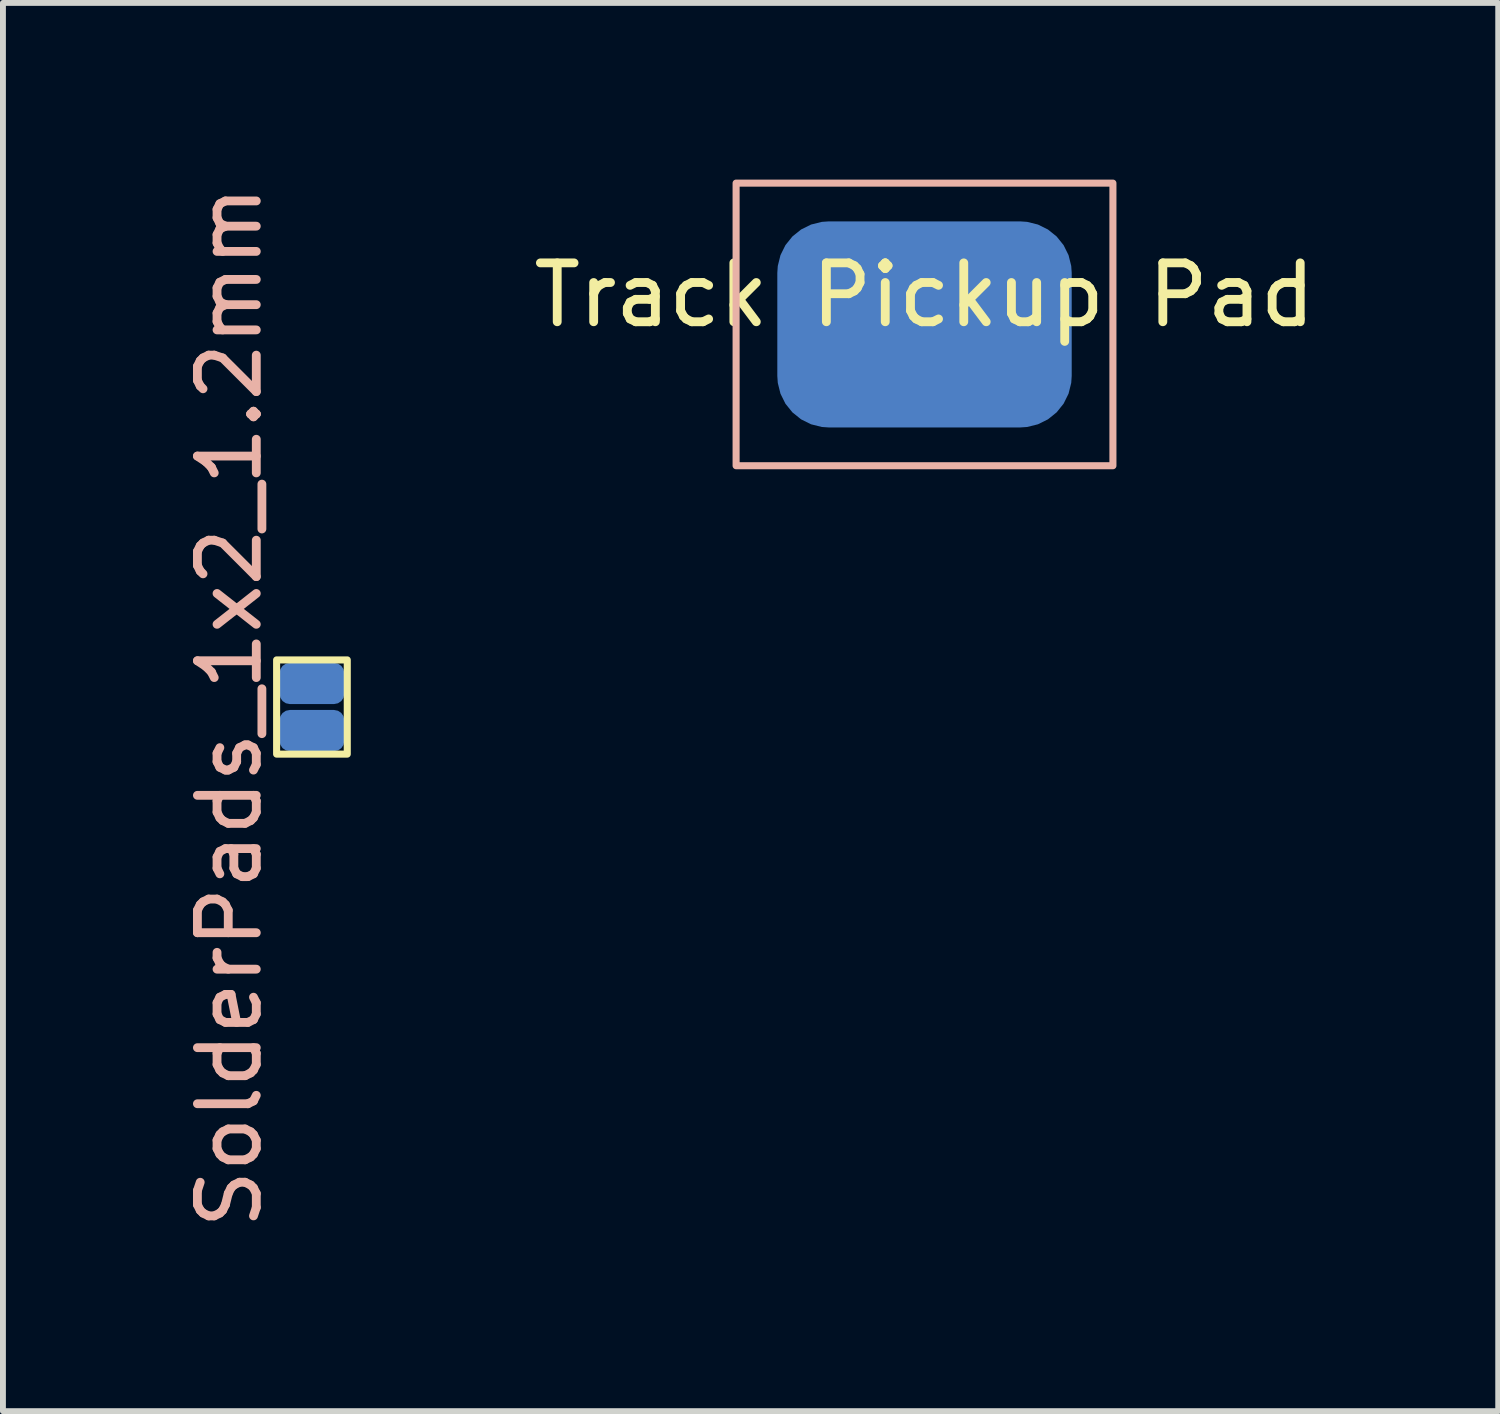
<source format=kicad_pcb>
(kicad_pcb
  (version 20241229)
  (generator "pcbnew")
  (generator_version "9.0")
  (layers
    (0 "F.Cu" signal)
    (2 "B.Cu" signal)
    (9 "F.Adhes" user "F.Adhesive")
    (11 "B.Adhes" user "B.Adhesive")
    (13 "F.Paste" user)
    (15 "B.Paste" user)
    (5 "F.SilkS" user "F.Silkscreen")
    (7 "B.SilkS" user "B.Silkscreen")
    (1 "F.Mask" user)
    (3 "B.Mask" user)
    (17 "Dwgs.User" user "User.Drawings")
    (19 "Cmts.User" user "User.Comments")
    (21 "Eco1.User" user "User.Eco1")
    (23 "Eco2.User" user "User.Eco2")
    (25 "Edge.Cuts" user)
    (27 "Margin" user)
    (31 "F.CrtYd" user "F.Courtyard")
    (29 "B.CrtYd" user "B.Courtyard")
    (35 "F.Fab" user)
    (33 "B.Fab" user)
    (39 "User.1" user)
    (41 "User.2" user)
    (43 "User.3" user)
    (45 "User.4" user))
  (footprint "SolderPads_1x2_1.2mm"
    (layer "F.Cu")
    (at 2.248 8.958)
    (property "Reference" "SolderPads_1x2_1.2mm" (at -1.4 0 90) (unlocked yes) (layer "B.SilkS") (effects (font (size 1 1) (thickness 0.15))))
    (attr smd)
    (fp_rect (start -0.6 -0.8) (end 0.6 0.8) (stroke (width 0.12) (type solid)) (fill no) (layer "F.SilkS"))
    (pad "1" smd roundrect (at 0 -0.4) (size 1.1 0.7) (layers "B.Cu" "B.Mask" "B.Paste") (roundrect_rratio 0.25))
    (pad "2" smd roundrect (at 0 0.4) (size 1.1 0.7) (layers "B.Cu" "B.Mask" "B.Paste") (roundrect_rratio 0.25)))
  (footprint "Track Pickup Pad"
    (layer "F.Cu")
    (at 12.652 2.46)
    (property "Reference" "Track Pickup Pad" (at 0 -0.5 0) (unlocked yes) (layer "F.SilkS") (effects (font (size 1 1) (thickness 0.15))))
    (attr smd)
    (fp_rect (start -3.2 -2.4) (end 3.2 2.4) (stroke (width 0.12) (type solid)) (fill no) (layer "B.SilkS"))
    (pad "1" smd roundrect (at 0 0) (size 5 3.5) (layers "B.Cu" "B.Mask" "B.Paste") (roundrect_rratio 0.25)))
  (gr_rect
    (start -3 -3)
    (end 22.396 20.917)
    (stroke (width 0.1) (type default))
    (fill no)
    (layer "Edge.Cuts")))
</source>
